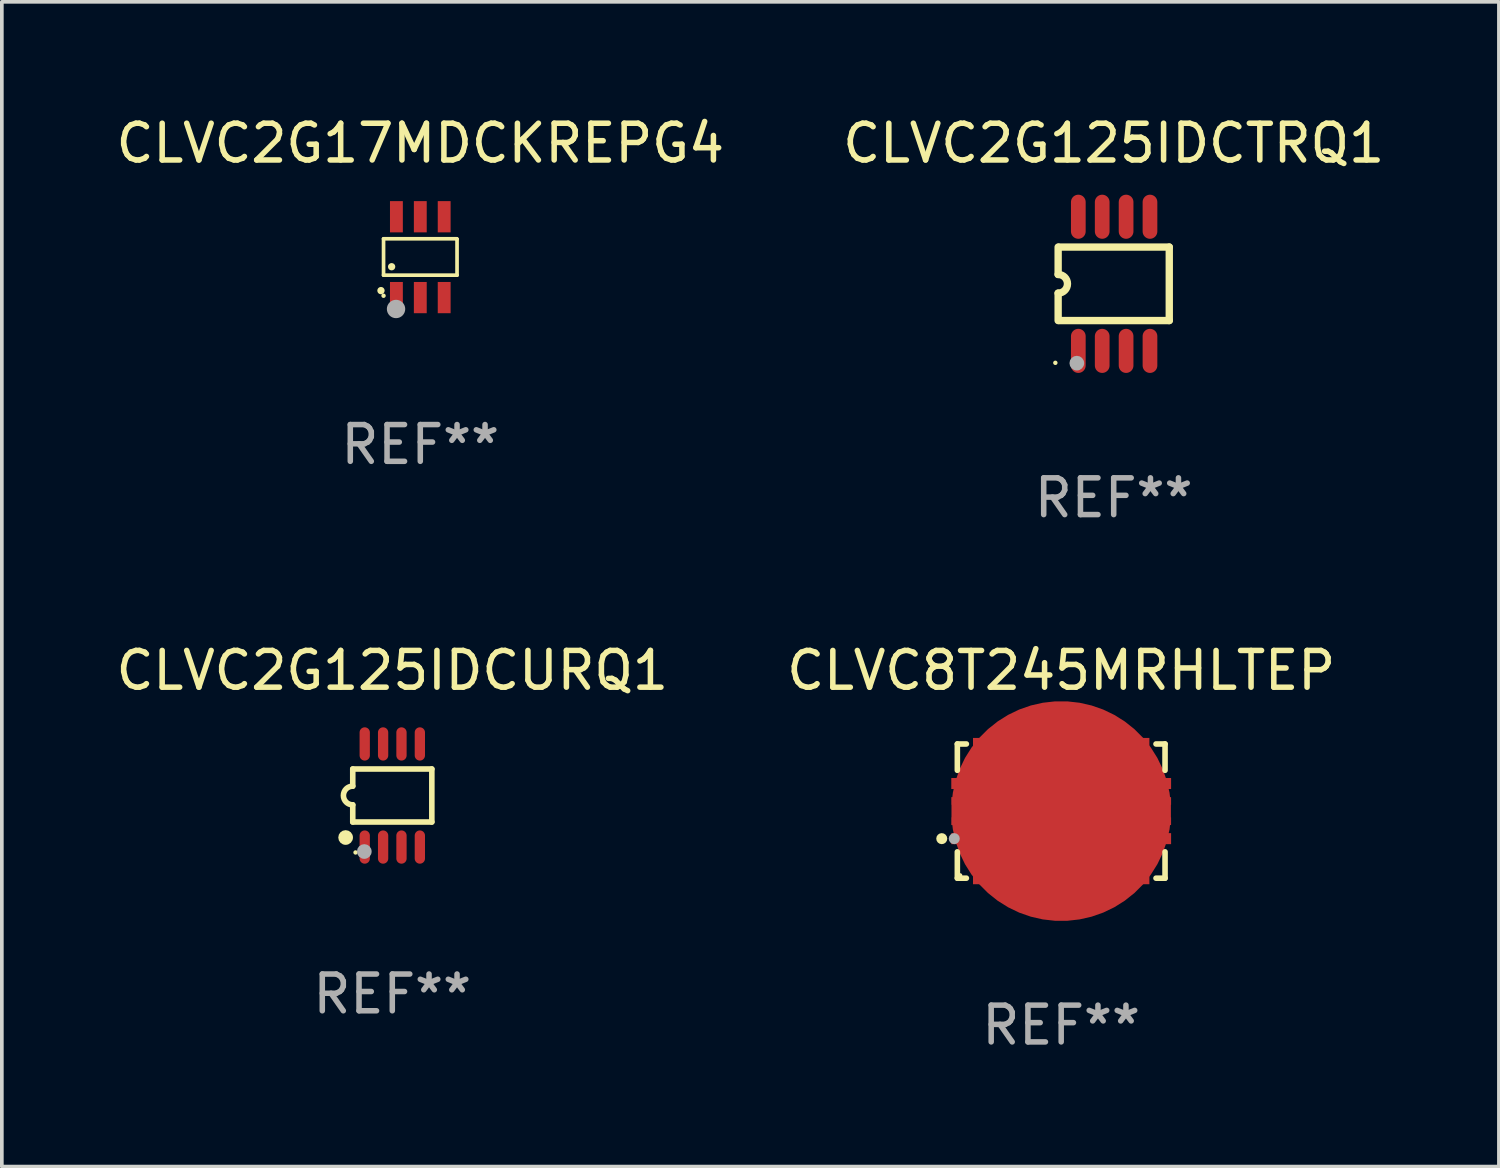
<source format=kicad_pcb>
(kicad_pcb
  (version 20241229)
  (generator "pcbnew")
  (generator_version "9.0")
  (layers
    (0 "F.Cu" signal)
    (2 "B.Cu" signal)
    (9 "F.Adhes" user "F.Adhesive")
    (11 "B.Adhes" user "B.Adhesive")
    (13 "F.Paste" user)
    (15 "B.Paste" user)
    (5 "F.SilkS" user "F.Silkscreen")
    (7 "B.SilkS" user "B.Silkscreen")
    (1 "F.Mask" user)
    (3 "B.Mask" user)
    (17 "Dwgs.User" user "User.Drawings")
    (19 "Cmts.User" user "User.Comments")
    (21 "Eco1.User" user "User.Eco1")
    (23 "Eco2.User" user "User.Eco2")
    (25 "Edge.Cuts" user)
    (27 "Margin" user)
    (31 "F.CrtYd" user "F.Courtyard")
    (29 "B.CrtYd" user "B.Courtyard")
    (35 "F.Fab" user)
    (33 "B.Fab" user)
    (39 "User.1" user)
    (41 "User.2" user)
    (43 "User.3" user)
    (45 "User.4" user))
  (footprint "CLVC2G125IDCTRQ1"
    (layer "F.Cu")
    (at 27.256 4.673)
    (property "Reference" "CLVC2G125IDCTRQ1" (at 0 -3.825 0) (layer "F.SilkS") (effects (font (size 1 1) (thickness 0.15))))
    (attr through_hole)
    (fp_line (start -1.512 -0.254) (end -1.512 -1) (stroke (width 0.2) (type solid)) (layer "F.SilkS"))
    (fp_line (start -1.512 0.254) (end -1.512 1) (stroke (width 0.2) (type solid)) (layer "F.SilkS"))
    (fp_line (start -1.488 -1) (end 1.512 -1) (stroke (width 0.2) (type solid)) (layer "F.SilkS"))
    (fp_line (start 1.512 -1) (end 1.512 1) (stroke (width 0.2) (type solid)) (layer "F.SilkS"))
    (fp_line (start 1.512 1) (end -1.488 1) (stroke (width 0.2) (type solid)) (layer "F.SilkS"))
    (fp_arc (start -1.512002 -0.254001) (mid -1.258001 0) (end -1.512002 0.254001) (stroke (width 0.2) (type solid)) (layer "F.SilkS"))
    (fp_circle (center -1.588 2.15) (end -1.558 2.15) (stroke (width 0.06) (type solid)) (fill no) (layer "F.SilkS"))
    (fp_circle (center -1.004 2.159) (end -0.904 2.159) (stroke (width 0.2) (type solid)) (fill no) (layer "F.Fab"))
    (fp_text user "REF**" (at 0 5.825 0) (layer "F.Fab") (effects (font (size 1 1) (thickness 0.15))))
    (pad "1" smd oval (at -0.963 1.825 270) (size 1.2 0.4) (layers "F.Cu" "F.Mask" "F.Paste"))
    (pad "2" smd oval (at -0.313 1.825 270) (size 1.2 0.4) (layers "F.Cu" "F.Mask" "F.Paste"))
    (pad "3" smd oval (at 0.337 1.825 270) (size 1.2 0.4) (layers "F.Cu" "F.Mask" "F.Paste"))
    (pad "4" smd oval (at 0.987 1.825 270) (size 1.2 0.4) (layers "F.Cu" "F.Mask" "F.Paste"))
    (pad "5" smd oval (at 0.987 -1.825 270) (size 1.2 0.4) (layers "F.Cu" "F.Mask" "F.Paste"))
    (pad "6" smd oval (at 0.337 -1.825 270) (size 1.2 0.4) (layers "F.Cu" "F.Mask" "F.Paste"))
    (pad "7" smd oval (at -0.313 -1.825 270) (size 1.2 0.4) (layers "F.Cu" "F.Mask" "F.Paste"))
    (pad "8" smd oval (at -0.963 -1.825 270) (size 1.2 0.4) (layers "F.Cu" "F.Mask" "F.Paste")))
  (footprint "CLVC2G17MDCKREPG4"
    (layer "F.Cu")
    (at 8.387 3.948)
    (property "Reference" "CLVC2G17MDCKREPG4" (at 0 -3.1 0) (layer "F.SilkS") (effects (font (size 1 1) (thickness 0.15))))
    (attr through_hole)
    (fp_line (start -1 -0.5) (end -1 0.49) (stroke (width 0.1) (type solid)) (layer "F.SilkS"))
    (fp_line (start -1 0.49) (end 1 0.49) (stroke (width 0.1) (type solid)) (layer "F.SilkS"))
    (fp_line (start 0.99 -0.5) (end -1 -0.5) (stroke (width 0.1) (type solid)) (layer "F.SilkS"))
    (fp_line (start 1 -0.49) (end 0.99 -0.5) (stroke (width 0.1) (type solid)) (layer "F.SilkS"))
    (fp_line (start 1 0.49) (end 1 -0.49) (stroke (width 0.1) (type solid)) (layer "F.SilkS"))
    (fp_circle (center -1.07 0.91) (end -1.02 0.91) (stroke (width 0.1) (type solid)) (fill no) (layer "F.SilkS"))
    (fp_circle (center -1 1.05) (end -0.97 1.05) (stroke (width 0.06) (type solid)) (fill no) (layer "F.SilkS"))
    (fp_circle (center -0.78 0.26) (end -0.73 0.26) (stroke (width 0.1) (type solid)) (fill no) (layer "F.SilkS"))
    (fp_circle (center -0.66 1.41) (end -0.535 1.41) (stroke (width 0.25) (type solid)) (fill no) (layer "F.Fab"))
    (fp_text user "REF**" (at 0 5.1 0) (layer "F.Fab") (effects (font (size 1 1) (thickness 0.15))))
    (pad "1" smd rect (at -0.65 1.1) (size 0.35 0.85) (layers "F.Cu" "F.Mask" "F.Paste"))
    (pad "2" smd rect (at 0 1.1) (size 0.35 0.85) (layers "F.Cu" "F.Mask" "F.Paste"))
    (pad "3" smd rect (at 0.65 1.1) (size 0.35 0.85) (layers "F.Cu" "F.Mask" "F.Paste"))
    (pad "4" smd rect (at 0.65 -1.1) (size 0.35 0.85) (layers "F.Cu" "F.Mask" "F.Paste"))
    (pad "5" smd rect (at 0 -1.1) (size 0.35 0.85) (layers "F.Cu" "F.Mask" "F.Paste"))
    (pad "6" smd rect (at -0.65 -1.1) (size 0.35 0.85) (layers "F.Cu" "F.Mask" "F.Paste")))
  (footprint "CLVC8T245MRHLTEP"
    (layer "F.Cu")
    (at 25.827 19.021)
    (property "Reference" "CLVC8T245MRHLTEP" (at 0 -3.826 0) (layer "F.SilkS") (effects (font (size 1 1) (thickness 0.15))))
    (attr through_hole)
    (fp_line (start -2.826 -1.826) (end -2.58 -1.826) (stroke (width 0.152) (type solid)) (layer "F.SilkS"))
    (fp_line (start -2.826 -1.109) (end -2.826 -1.826) (stroke (width 0.152) (type solid)) (layer "F.SilkS"))
    (fp_line (start -2.826 1.109) (end -2.826 1.826) (stroke (width 0.152) (type solid)) (layer "F.SilkS"))
    (fp_line (start -2.826 1.826) (end -2.58 1.826) (stroke (width 0.152) (type solid)) (layer "F.SilkS"))
    (fp_line (start 2.826 -1.826) (end 2.58 -1.826) (stroke (width 0.152) (type solid)) (layer "F.SilkS"))
    (fp_line (start 2.826 -1.109) (end 2.826 -1.826) (stroke (width 0.152) (type solid)) (layer "F.SilkS"))
    (fp_line (start 2.826 1.109) (end 2.826 1.826) (stroke (width 0.152) (type solid)) (layer "F.SilkS"))
    (fp_line (start 2.826 1.826) (end 2.58 1.826) (stroke (width 0.152) (type solid)) (layer "F.SilkS"))
    (fp_circle (center -3.25 0.75) (end -3.175 0.75) (stroke (width 0.15) (type solid)) (fill no) (layer "F.SilkS"))
    (fp_circle (center -2.75 1.75) (end -2.72 1.75) (stroke (width 0.06) (type solid)) (fill no) (layer "F.SilkS"))
    (fp_circle (center -2.91 0.75) (end -2.835 0.75) (stroke (width 0.15) (type solid)) (fill no) (layer "F.Fab"))
    (fp_text user "REF**" (at 0 5.826 0) (layer "F.Fab") (effects (font (size 1 1) (thickness 0.15))))
    (pad "1" smd rect (at -2.658 0.75) (size 0.665 0.3) (layers "F.Cu" "F.Mask" "F.Paste"))
    (pad "2" smd rect (at -2.25 1.658) (size 0.3 0.665) (layers "F.Cu" "F.Mask" "F.Paste"))
    (pad "3" smd rect (at -1.75 1.658) (size 0.3 0.665) (layers "F.Cu" "F.Mask" "F.Paste"))
    (pad "4" smd rect (at -1.25 1.658) (size 0.3 0.665) (layers "F.Cu" "F.Mask" "F.Paste"))
    (pad "5" smd rect (at -0.75 1.658) (size 0.3 0.665) (layers "F.Cu" "F.Mask" "F.Paste"))
    (pad "6" smd rect (at -0.25 1.658) (size 0.3 0.665) (layers "F.Cu" "F.Mask" "F.Paste"))
    (pad "7" smd rect (at 0.25 1.658) (size 0.3 0.665) (layers "F.Cu" "F.Mask" "F.Paste"))
    (pad "8" smd rect (at 0.75 1.658) (size 0.3 0.665) (layers "F.Cu" "F.Mask" "F.Paste"))
    (pad "9" smd rect (at 1.25 1.658) (size 0.3 0.665) (layers "F.Cu" "F.Mask" "F.Paste"))
    (pad "10" smd rect (at 1.75 1.658) (size 0.3 0.665) (layers "F.Cu" "F.Mask" "F.Paste"))
    (pad "11" smd rect (at 2.25 1.658) (size 0.3 0.665) (layers "F.Cu" "F.Mask" "F.Paste"))
    (pad "12" smd rect (at 2.658 0.75 180) (size 0.665 0.3) (layers "F.Cu" "F.Mask" "F.Paste"))
    (pad "13" smd rect (at 2.658 -0.75 180) (size 0.665 0.3) (layers "F.Cu" "F.Mask" "F.Paste"))
    (pad "14" smd rect (at 2.25 -1.658) (size 0.3 0.665) (layers "F.Cu" "F.Mask" "F.Paste"))
    (pad "15" smd rect (at 1.75 -1.658) (size 0.3 0.665) (layers "F.Cu" "F.Mask" "F.Paste"))
    (pad "16" smd rect (at 1.25 -1.658) (size 0.3 0.665) (layers "F.Cu" "F.Mask" "F.Paste"))
    (pad "17" smd rect (at 0.75 -1.658) (size 0.3 0.665) (layers "F.Cu" "F.Mask" "F.Paste"))
    (pad "18" smd rect (at 0.25 -1.658) (size 0.3 0.665) (layers "F.Cu" "F.Mask" "F.Paste"))
    (pad "19" smd rect (at -0.25 -1.658) (size 0.3 0.665) (layers "F.Cu" "F.Mask" "F.Paste"))
    (pad "20" smd rect (at -0.75 -1.658) (size 0.3 0.665) (layers "F.Cu" "F.Mask" "F.Paste"))
    (pad "21" smd rect (at -1.25 -1.658) (size 0.3 0.665) (layers "F.Cu" "F.Mask" "F.Paste"))
    (pad "22" smd rect (at -1.75 -1.658) (size 0.3 0.665) (layers "F.Cu" "F.Mask" "F.Paste"))
    (pad "23" smd rect (at -2.25 -1.658) (size 0.3 0.665) (layers "F.Cu" "F.Mask" "F.Paste"))
    (pad "24" smd rect (at -2.658 -0.75) (size 0.665 0.3) (layers "F.Cu" "F.Mask" "F.Paste"))
    (pad "25" smd custom (at 0 0) (size 5.98 2.06) (layers "F.Cu" "F.Mask" "F.Paste") (options (anchor circle)) (primitives (gr_poly (pts (xy -2.99 0.38) (xy -2.03 0.38) (xy -2.03 1.03) (xy 2.03 1.03) (xy 2.03 0.38) (xy 2.99 0.38) (xy 2.99 0.17) (xy 2.03 0.17) (xy 2.03 -0.17) (xy 2.99 -0.17) (xy 2.99 -0.38) (xy 2.03 -0.38) (xy 2.03 -1.03) (xy -2.03 -1.03) (xy -2.03 -0.38) (xy -2.99 -0.38) (xy -2.99 -0.17) (xy -2.03 -0.17) (xy -2.03 0.17) (xy -2.99 0.17)) (width 0) (fill yes)))))
  (footprint "CLVC2G125IDCURQ1"
    (layer "F.Cu")
    (at 7.625 18.597)
    (property "Reference" "CLVC2G125IDCURQ1" (at 0 -3.403 0) (layer "F.SilkS") (effects (font (size 1 1) (thickness 0.15))))
    (attr through_hole)
    (fp_line (start -1.076 -0.721) (end 1.076 -0.721) (stroke (width 0.152) (type solid)) (layer "F.SilkS"))
    (fp_line (start -1.076 -0.254) (end -1.076 -0.721) (stroke (width 0.152) (type solid)) (layer "F.SilkS"))
    (fp_line (start -1.076 0.254) (end -1.076 0.721) (stroke (width 0.152) (type solid)) (layer "F.SilkS"))
    (fp_line (start 1.076 -0.721) (end 1.076 0.721) (stroke (width 0.152) (type solid)) (layer "F.SilkS"))
    (fp_line (start 1.076 0.721) (end -1.076 0.721) (stroke (width 0.152) (type solid)) (layer "F.SilkS"))
    (fp_arc (start -1.076226 0.254051) (mid -1.330226 0.000051) (end -1.076226 -0.253949) (stroke (width 0.151994) (type solid)) (layer "F.SilkS"))
    (fp_circle (center -1.27 1.143) (end -1.17 1.143) (stroke (width 0.2) (type solid)) (fill no) (layer "F.SilkS"))
    (fp_circle (center -1 1.55) (end -0.97 1.55) (stroke (width 0.06) (type solid)) (fill no) (layer "F.SilkS"))
    (fp_circle (center -0.762 1.524) (end -0.662 1.524) (stroke (width 0.2) (type solid)) (fill no) (layer "F.Fab"))
    (fp_text user "REF**" (at 0 5.403 0) (layer "F.Fab") (effects (font (size 1 1) (thickness 0.15))))
    (pad "1" smd oval (at -0.75 1.403) (size 0.28 0.905) (layers "F.Cu" "F.Mask" "F.Paste"))
    (pad "2" smd oval (at -0.25 1.403) (size 0.28 0.905) (layers "F.Cu" "F.Mask" "F.Paste"))
    (pad "3" smd oval (at 0.25 1.403) (size 0.28 0.905) (layers "F.Cu" "F.Mask" "F.Paste"))
    (pad "4" smd oval (at 0.75 1.403) (size 0.28 0.905) (layers "F.Cu" "F.Mask" "F.Paste"))
    (pad "5" smd oval (at 0.75 -1.403) (size 0.28 0.905) (layers "F.Cu" "F.Mask" "F.Paste"))
    (pad "6" smd oval (at 0.25 -1.403) (size 0.28 0.905) (layers "F.Cu" "F.Mask" "F.Paste"))
    (pad "7" smd oval (at -0.25 -1.403) (size 0.28 0.905) (layers "F.Cu" "F.Mask" "F.Paste"))
    (pad "8" smd oval (at -0.75 -1.403) (size 0.28 0.905) (layers "F.Cu" "F.Mask" "F.Paste")))
  (gr_rect
    (start -3 -3)
    (end 37.738 28.695)
    (stroke (width 0.1) (type default))
    (fill no)
    (layer "Edge.Cuts")))
</source>
